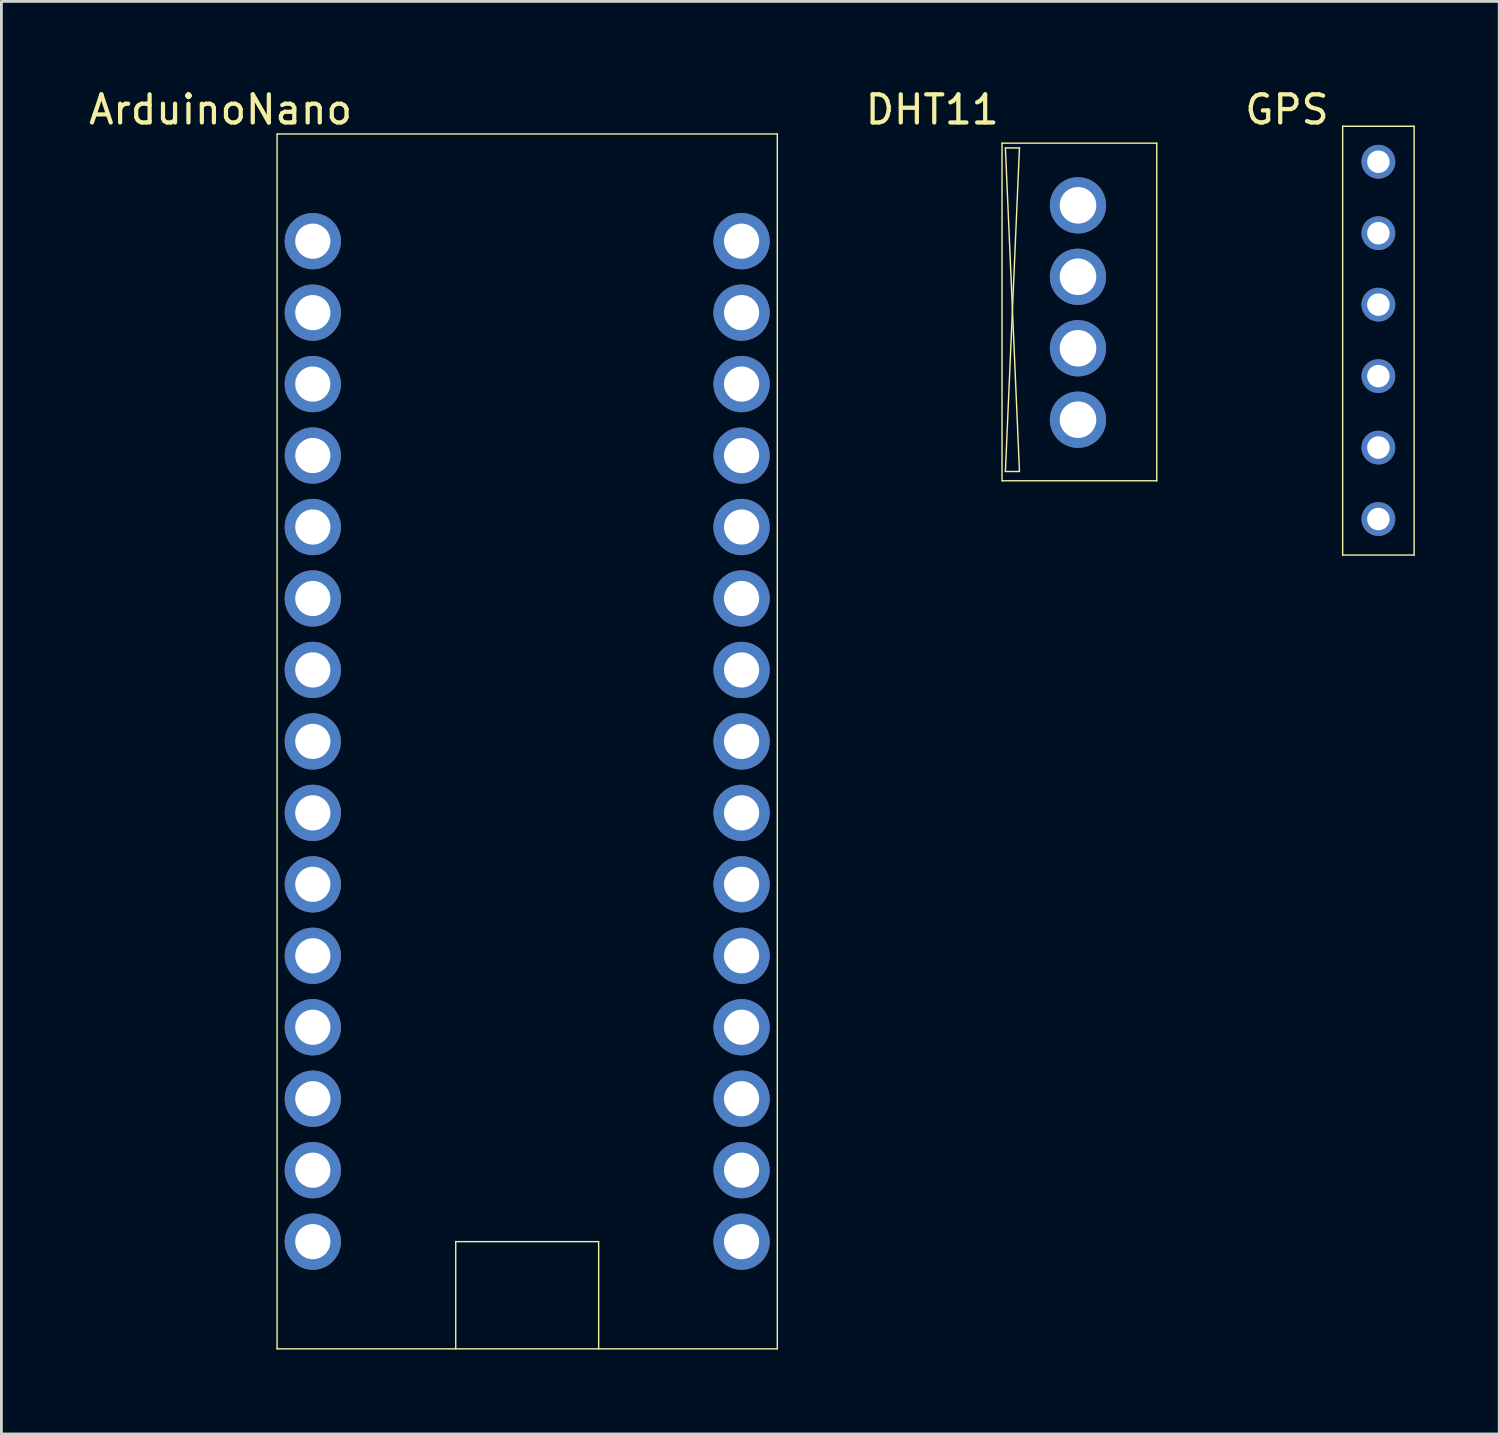
<source format=kicad_pcb>
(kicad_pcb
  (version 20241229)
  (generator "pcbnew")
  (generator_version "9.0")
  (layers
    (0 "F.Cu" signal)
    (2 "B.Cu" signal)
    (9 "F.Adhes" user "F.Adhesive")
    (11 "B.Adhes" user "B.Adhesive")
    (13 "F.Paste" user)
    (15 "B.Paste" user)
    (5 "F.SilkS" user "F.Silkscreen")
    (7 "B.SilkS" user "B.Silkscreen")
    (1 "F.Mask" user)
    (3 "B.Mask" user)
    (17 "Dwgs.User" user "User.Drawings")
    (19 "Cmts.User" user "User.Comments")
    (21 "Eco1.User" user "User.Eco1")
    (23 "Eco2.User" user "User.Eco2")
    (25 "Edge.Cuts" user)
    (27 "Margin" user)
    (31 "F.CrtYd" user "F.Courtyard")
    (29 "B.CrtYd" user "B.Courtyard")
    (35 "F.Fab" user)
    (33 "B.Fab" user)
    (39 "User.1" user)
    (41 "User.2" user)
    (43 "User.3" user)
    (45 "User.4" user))
  (footprint "GPS"
    (layer "F.Cu")
    (at 44.672 1.438)
    (property "Reference" "GPS" (at -1.98 -0.59 0) (layer "F.SilkS") (effects (font (size 1 1) (thickness 0.15))))
    (attr through_hole)
    (fp_line (start 0 0) (end 0 15.24) (stroke (width 0.05) (type solid)) (layer "F.SilkS"))
    (fp_line (start 0 15.24) (end 2.54 15.24) (stroke (width 0.05) (type solid)) (layer "F.SilkS"))
    (fp_line (start 2.54 0) (end 0 0) (stroke (width 0.05) (type solid)) (layer "F.SilkS"))
    (fp_line (start 2.54 15.24) (end 2.54 0) (stroke (width 0.05) (type solid)) (layer "F.SilkS"))
    (pad "1" thru_hole circle (at 1.27 1.26) (size 1.2 1.2) (drill 0.8) (layers "*.Cu" "*.Mask"))
    (pad "2" thru_hole circle (at 1.27 3.8) (size 1.2 1.2) (drill 0.8) (layers "*.Cu" "*.Mask"))
    (pad "3" thru_hole circle (at 1.27 6.34) (size 1.2 1.2) (drill 0.8) (layers "*.Cu" "*.Mask"))
    (pad "4" thru_hole circle (at 1.27 8.88) (size 1.2 1.2) (drill 0.8) (layers "*.Cu" "*.Mask"))
    (pad "5" thru_hole circle (at 1.27 11.42) (size 1.2 1.2) (drill 0.8) (layers "*.Cu" "*.Mask"))
    (pad "6" thru_hole circle (at 1.27 13.96) (size 1.2 1.2) (drill 0.8) (layers "*.Cu" "*.Mask")))
  (footprint "DHT11"
    (layer "F.Cu")
    (at 32.185 1.708)
    (property "Reference" "DHT11" (at -2.1 -0.86 0) (layer "F.SilkS") (effects (font (size 1 1) (thickness 0.15))))
    (attr through_hole)
    (fp_line (start 0.38 0.33) (end 0.38 12.33) (stroke (width 0.05) (type solid)) (layer "F.SilkS"))
    (fp_line (start 0.38 12.33) (end 5.88 12.33) (stroke (width 0.05) (type solid)) (layer "F.SilkS"))
    (fp_line (start 0.5 0.5) (end 1 12) (stroke (width 0.05) (type solid)) (layer "F.SilkS"))
    (fp_line (start 0.5 12) (end 1 0.5) (stroke (width 0.05) (type solid)) (layer "F.SilkS"))
    (fp_line (start 1 0.5) (end 0.5 0.5) (stroke (width 0.05) (type solid)) (layer "F.SilkS"))
    (fp_line (start 1 12) (end 0.5 12) (stroke (width 0.05) (type solid)) (layer "F.SilkS"))
    (fp_line (start 5.88 0.33) (end 0.38 0.33) (stroke (width 0.05) (type solid)) (layer "F.SilkS"))
    (fp_line (start 5.88 12.33) (end 5.88 0.33) (stroke (width 0.05) (type solid)) (layer "F.SilkS"))
    (pad "1" thru_hole circle (at 3.08 2.54) (size 2 2) (drill 1.3) (layers "*.Cu" "*.Mask"))
    (pad "2" thru_hole circle (at 3.08 5.08) (size 2 2) (drill 1.3) (layers "*.Cu" "*.Mask"))
    (pad "3" thru_hole circle (at 3.08 7.62) (size 2 2) (drill 1.3) (layers "*.Cu" "*.Mask"))
    (pad "4" thru_hole circle (at 3.08 10.16) (size 2 2) (drill 1.3) (layers "*.Cu" "*.Mask")))
  (footprint "ArduinoNano"
    (layer "F.Cu")
    (at 6.798 1.712)
    (property "Reference" "ArduinoNano" (at -2.007 -0.864 0) (layer "F.SilkS") (effects (font (size 1 1) (thickness 0.15))))
    (attr through_hole)
    (fp_line (start 0 0) (end 0 43.18) (stroke (width 0.05) (type solid)) (layer "F.SilkS"))
    (fp_line (start 0 43.18) (end 17.78 43.18) (stroke (width 0.05) (type solid)) (layer "F.SilkS"))
    (fp_line (start 6.35 39.37) (end 11.43 39.37) (stroke (width 0.05) (type solid)) (layer "F.SilkS"))
    (fp_line (start 6.35 43.18) (end 6.35 39.37) (stroke (width 0.05) (type solid)) (layer "F.SilkS"))
    (fp_line (start 11.43 39.37) (end 11.43 43.18) (stroke (width 0.05) (type solid)) (layer "F.SilkS"))
    (fp_line (start 17.78 0) (end 0 0) (stroke (width 0.05) (type solid)) (layer "F.SilkS"))
    (fp_line (start 17.78 43.18) (end 17.78 0) (stroke (width 0.05) (type solid)) (layer "F.SilkS"))
    (pad "1" thru_hole circle (at 1.27 3.81) (size 2 2) (drill 1.25) (layers "*.Cu" "*.Mask"))
    (pad "2" thru_hole circle (at 1.27 6.35) (size 2 2) (drill 1.25) (layers "*.Cu" "*.Mask"))
    (pad "3" thru_hole circle (at 1.27 8.89) (size 2 2) (drill 1.25) (layers "*.Cu" "*.Mask"))
    (pad "4" thru_hole circle (at 1.27 11.43) (size 2 2) (drill 1.25) (layers "*.Cu" "*.Mask"))
    (pad "5" thru_hole circle (at 1.27 13.97) (size 2 2) (drill 1.25) (layers "*.Cu" "*.Mask"))
    (pad "6" thru_hole circle (at 1.27 16.51) (size 2 2) (drill 1.25) (layers "*.Cu" "*.Mask"))
    (pad "7" thru_hole circle (at 1.27 19.05) (size 2 2) (drill 1.25) (layers "*.Cu" "*.Mask"))
    (pad "8" thru_hole circle (at 1.27 21.59) (size 2 2) (drill 1.25) (layers "*.Cu" "*.Mask"))
    (pad "9" thru_hole circle (at 1.27 24.13) (size 2 2) (drill 1.25) (layers "*.Cu" "*.Mask"))
    (pad "10" thru_hole circle (at 1.27 26.67) (size 2 2) (drill 1.25) (layers "*.Cu" "*.Mask"))
    (pad "11" thru_hole circle (at 1.27 29.21) (size 2 2) (drill 1.25) (layers "*.Cu" "*.Mask"))
    (pad "12" thru_hole circle (at 1.27 31.75) (size 2 2) (drill 1.25) (layers "*.Cu" "*.Mask"))
    (pad "13" thru_hole circle (at 1.27 34.29) (size 2 2) (drill 1.25) (layers "*.Cu" "*.Mask"))
    (pad "14" thru_hole circle (at 1.27 36.83) (size 2 2) (drill 1.25) (layers "*.Cu" "*.Mask"))
    (pad "15" thru_hole circle (at 1.27 39.37) (size 2 2) (drill 1.25) (layers "*.Cu" "*.Mask"))
    (pad "16" thru_hole circle (at 16.51 39.37) (size 2 2) (drill 1.25) (layers "*.Cu" "*.Mask"))
    (pad "17" thru_hole circle (at 16.51 36.83) (size 2 2) (drill 1.25) (layers "*.Cu" "*.Mask"))
    (pad "18" thru_hole circle (at 16.51 34.29) (size 2 2) (drill 1.25) (layers "*.Cu" "*.Mask"))
    (pad "19" thru_hole circle (at 16.51 31.75) (size 2 2) (drill 1.25) (layers "*.Cu" "*.Mask"))
    (pad "20" thru_hole circle (at 16.51 29.21) (size 2 2) (drill 1.25) (layers "*.Cu" "*.Mask"))
    (pad "21" thru_hole circle (at 16.51 26.67) (size 2 2) (drill 1.25) (layers "*.Cu" "*.Mask"))
    (pad "22" thru_hole circle (at 16.51 24.13) (size 2 2) (drill 1.25) (layers "*.Cu" "*.Mask"))
    (pad "23" thru_hole circle (at 16.51 21.59) (size 2 2) (drill 1.25) (layers "*.Cu" "*.Mask"))
    (pad "24" thru_hole circle (at 16.51 19.05) (size 2 2) (drill 1.25) (layers "*.Cu" "*.Mask"))
    (pad "25" thru_hole circle (at 16.51 16.51) (size 2 2) (drill 1.25) (layers "*.Cu" "*.Mask"))
    (pad "26" thru_hole circle (at 16.51 13.97) (size 2 2) (drill 1.25) (layers "*.Cu" "*.Mask"))
    (pad "27" thru_hole circle (at 16.51 11.43) (size 2 2) (drill 1.25) (layers "*.Cu" "*.Mask"))
    (pad "28" thru_hole circle (at 16.51 8.89) (size 2 2) (drill 1.25) (layers "*.Cu" "*.Mask"))
    (pad "29" thru_hole circle (at 16.51 6.35) (size 2 2) (drill 1.25) (layers "*.Cu" "*.Mask"))
    (pad "30" thru_hole circle (at 16.51 3.81) (size 2 2) (drill 1.25) (layers "*.Cu" "*.Mask")))
  (gr_rect
    (start -3 -3)
    (end 50.237 47.917)
    (stroke (width 0.1) (type default))
    (fill no)
    (layer "Edge.Cuts")))
</source>
